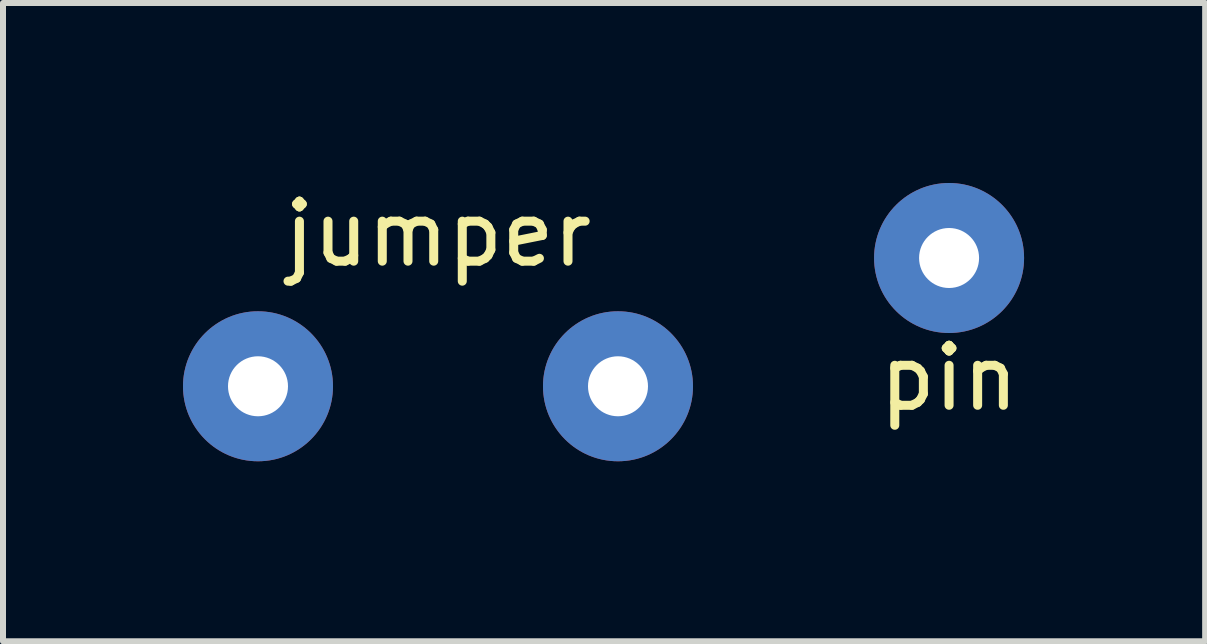
<source format=kicad_pcb>
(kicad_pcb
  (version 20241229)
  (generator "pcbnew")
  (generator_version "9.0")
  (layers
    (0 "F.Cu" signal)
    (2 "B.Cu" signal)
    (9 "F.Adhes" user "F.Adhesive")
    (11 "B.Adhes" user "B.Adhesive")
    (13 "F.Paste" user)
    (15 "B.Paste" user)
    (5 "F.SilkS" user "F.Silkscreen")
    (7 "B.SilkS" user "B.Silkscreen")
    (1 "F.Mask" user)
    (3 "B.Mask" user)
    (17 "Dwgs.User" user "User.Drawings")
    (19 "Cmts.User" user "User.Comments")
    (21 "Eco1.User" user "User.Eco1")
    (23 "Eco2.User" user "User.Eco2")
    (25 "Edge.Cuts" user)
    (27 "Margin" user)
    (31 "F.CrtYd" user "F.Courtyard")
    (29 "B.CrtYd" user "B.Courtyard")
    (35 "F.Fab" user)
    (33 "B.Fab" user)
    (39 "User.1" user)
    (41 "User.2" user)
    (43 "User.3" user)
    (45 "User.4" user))
  (footprint "pin"
    (layer "F.Cu")
    (at 12.768 1.25)
    (property "Reference" "pin" (at 0 2 0) (layer "F.SilkS") (effects (font (size 1 1) (thickness 0.15))))
    (attr through_hole)
    (pad "1" thru_hole circle (at 0 0) (size 2.5 2.5) (drill 1) (layers "*.Cu" "*.Mask")))
  (footprint "jumper"
    (layer "F.Cu")
    (at 4.25 3.388)
    (property "Reference" "jumper" (at 0 -2.54 0) (layer "F.SilkS") (effects (font (size 1 1) (thickness 0.15))))
    (attr through_hole)
    (pad "1" thru_hole circle (at -3 0) (size 2.5 2.5) (drill 1) (layers "*.Cu" "*.Mask"))
    (pad "2" thru_hole circle (at 3 0) (size 2.5 2.5) (drill 1) (layers "*.Cu" "*.Mask")))
  (gr_rect
    (start -3 -3)
    (end 17.036 7.638)
    (stroke (width 0.1) (type default))
    (fill no)
    (layer "Edge.Cuts")))
</source>
